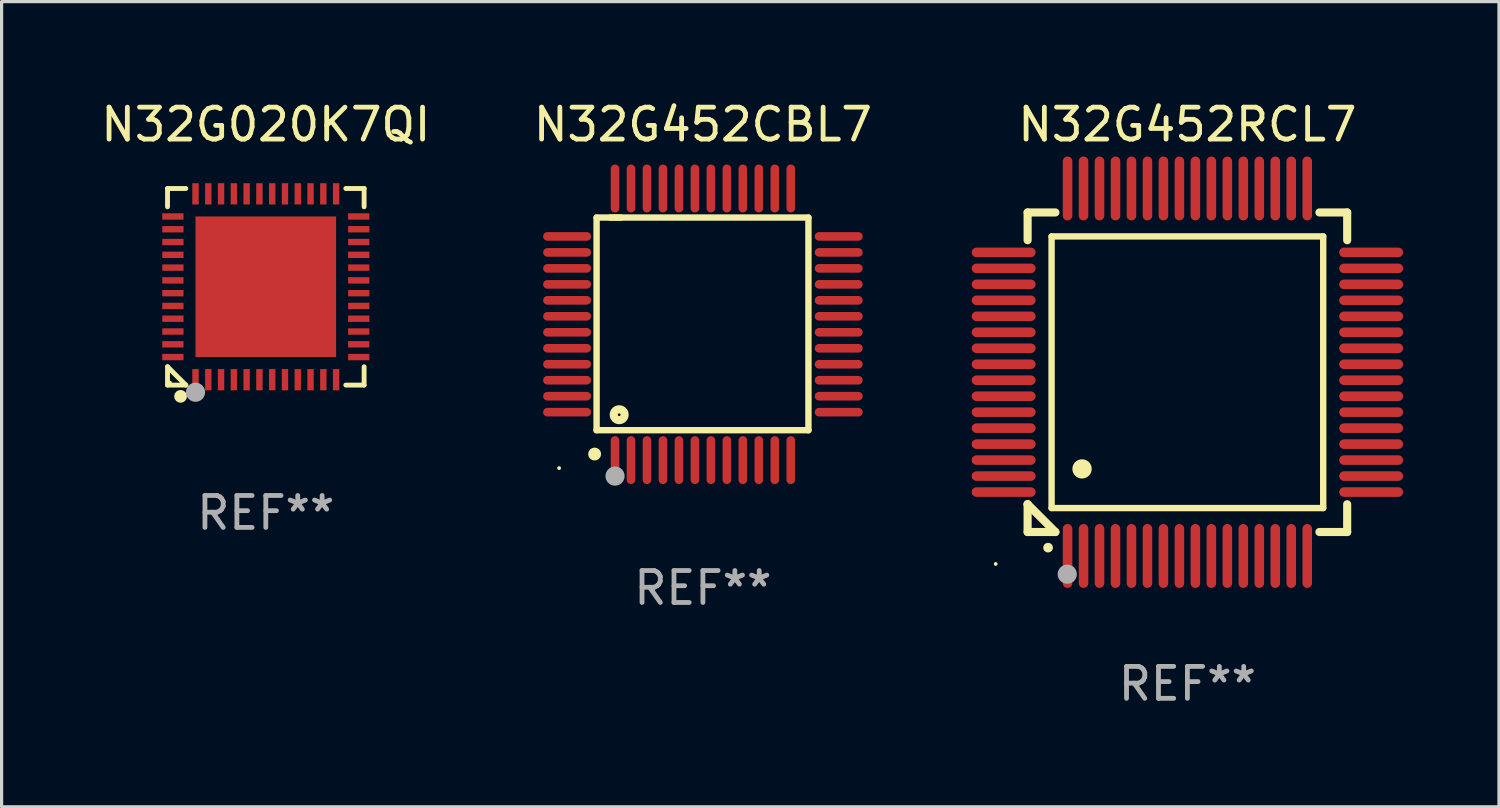
<source format=kicad_pcb>
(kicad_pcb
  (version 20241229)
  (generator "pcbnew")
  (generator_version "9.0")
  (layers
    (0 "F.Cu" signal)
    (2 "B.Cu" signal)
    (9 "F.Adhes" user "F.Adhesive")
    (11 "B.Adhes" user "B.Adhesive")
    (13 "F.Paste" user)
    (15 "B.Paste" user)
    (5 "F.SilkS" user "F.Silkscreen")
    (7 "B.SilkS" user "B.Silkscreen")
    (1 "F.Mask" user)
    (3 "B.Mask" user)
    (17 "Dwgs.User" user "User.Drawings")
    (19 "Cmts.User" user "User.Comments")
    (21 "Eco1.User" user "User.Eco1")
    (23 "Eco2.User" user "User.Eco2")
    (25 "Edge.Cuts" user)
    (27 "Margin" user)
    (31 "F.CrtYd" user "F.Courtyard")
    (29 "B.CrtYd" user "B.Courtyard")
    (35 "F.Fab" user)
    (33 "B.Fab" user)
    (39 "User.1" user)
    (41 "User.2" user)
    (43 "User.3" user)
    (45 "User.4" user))
  (footprint "N32G020K7QI"
    (layer "F.Cu")
    (at 5.268 5.924)
    (property "Reference" "N32G020K7QI" (at 0 -5.076 0) (layer "F.SilkS") (effects (font (size 1 1) (thickness 0.15))))
    (attr through_hole)
    (fp_line (start -3.076 -3.076) (end -2.503 -3.076) (stroke (width 0.152) (type solid)) (layer "F.SilkS"))
    (fp_line (start -3.076 -2.503) (end -3.076 -3.076) (stroke (width 0.152) (type solid)) (layer "F.SilkS"))
    (fp_line (start -3.076 2.503) (end -3.076 3.076) (stroke (width 0.152) (type solid)) (layer "F.SilkS"))
    (fp_line (start -3.076 2.503) (end -2.503 3.076) (stroke (width 0.152) (type solid)) (layer "F.SilkS"))
    (fp_line (start -3.076 3.076) (end -2.503 3.076) (stroke (width 0.152) (type solid)) (layer "F.SilkS"))
    (fp_line (start 3.076 -3.076) (end 2.503 -3.076) (stroke (width 0.152) (type solid)) (layer "F.SilkS"))
    (fp_line (start 3.076 -2.503) (end 3.076 -3.076) (stroke (width 0.152) (type solid)) (layer "F.SilkS"))
    (fp_line (start 3.076 2.503) (end 3.076 3.076) (stroke (width 0.152) (type solid)) (layer "F.SilkS"))
    (fp_line (start 3.076 3.076) (end 2.503 3.076) (stroke (width 0.152) (type solid)) (layer "F.SilkS"))
    (fp_circle (center -3 3) (end -2.97 3) (stroke (width 0.06) (type solid)) (fill no) (layer "F.SilkS"))
    (fp_circle (center -2.667 3.429) (end -2.567 3.429) (stroke (width 0.2) (type solid)) (fill no) (layer "F.SilkS"))
    (fp_circle (center -2.2 3.3) (end -2.05 3.3) (stroke (width 0.3) (type solid)) (fill no) (layer "F.Fab"))
    (fp_text user "REF**" (at 0 7.076 0) (layer "F.Fab") (effects (font (size 1 1) (thickness 0.15))))
    (pad "1" smd rect (at -2.2 2.908) (size 0.2 0.665) (layers "F.Cu" "F.Mask" "F.Paste"))
    (pad "2" smd rect (at -1.8 2.908) (size 0.2 0.665) (layers "F.Cu" "F.Mask" "F.Paste"))
    (pad "3" smd rect (at -1.4 2.908) (size 0.2 0.665) (layers "F.Cu" "F.Mask" "F.Paste"))
    (pad "4" smd rect (at -1 2.908) (size 0.2 0.665) (layers "F.Cu" "F.Mask" "F.Paste"))
    (pad "5" smd rect (at -0.6 2.908) (size 0.2 0.665) (layers "F.Cu" "F.Mask" "F.Paste"))
    (pad "6" smd rect (at -0.2 2.908) (size 0.2 0.665) (layers "F.Cu" "F.Mask" "F.Paste"))
    (pad "7" smd rect (at 0.2 2.908) (size 0.2 0.665) (layers "F.Cu" "F.Mask" "F.Paste"))
    (pad "8" smd rect (at 0.6 2.908) (size 0.2 0.665) (layers "F.Cu" "F.Mask" "F.Paste"))
    (pad "9" smd rect (at 1 2.908) (size 0.2 0.665) (layers "F.Cu" "F.Mask" "F.Paste"))
    (pad "10" smd rect (at 1.4 2.908) (size 0.2 0.665) (layers "F.Cu" "F.Mask" "F.Paste"))
    (pad "11" smd rect (at 1.8 2.908) (size 0.2 0.665) (layers "F.Cu" "F.Mask" "F.Paste"))
    (pad "12" smd rect (at 2.2 2.908) (size 0.2 0.665) (layers "F.Cu" "F.Mask" "F.Paste"))
    (pad "13" smd rect (at 2.908 2.2) (size 0.665 0.2) (layers "F.Cu" "F.Mask" "F.Paste"))
    (pad "14" smd rect (at 2.908 1.8) (size 0.665 0.2) (layers "F.Cu" "F.Mask" "F.Paste"))
    (pad "15" smd rect (at 2.908 1.4) (size 0.665 0.2) (layers "F.Cu" "F.Mask" "F.Paste"))
    (pad "16" smd rect (at 2.908 1) (size 0.665 0.2) (layers "F.Cu" "F.Mask" "F.Paste"))
    (pad "17" smd rect (at 2.908 0.6) (size 0.665 0.2) (layers "F.Cu" "F.Mask" "F.Paste"))
    (pad "18" smd rect (at 2.908 0.2) (size 0.665 0.2) (layers "F.Cu" "F.Mask" "F.Paste"))
    (pad "19" smd rect (at 2.908 -0.2) (size 0.665 0.2) (layers "F.Cu" "F.Mask" "F.Paste"))
    (pad "20" smd rect (at 2.908 -0.6) (size 0.665 0.2) (layers "F.Cu" "F.Mask" "F.Paste"))
    (pad "21" smd rect (at 2.908 -1) (size 0.665 0.2) (layers "F.Cu" "F.Mask" "F.Paste"))
    (pad "22" smd rect (at 2.908 -1.4) (size 0.665 0.2) (layers "F.Cu" "F.Mask" "F.Paste"))
    (pad "23" smd rect (at 2.908 -1.8) (size 0.665 0.2) (layers "F.Cu" "F.Mask" "F.Paste"))
    (pad "24" smd rect (at 2.908 -2.2) (size 0.665 0.2) (layers "F.Cu" "F.Mask" "F.Paste"))
    (pad "25" smd rect (at 2.2 -2.908) (size 0.2 0.665) (layers "F.Cu" "F.Mask" "F.Paste"))
    (pad "26" smd rect (at 1.8 -2.908) (size 0.2 0.665) (layers "F.Cu" "F.Mask" "F.Paste"))
    (pad "27" smd rect (at 1.4 -2.908) (size 0.2 0.665) (layers "F.Cu" "F.Mask" "F.Paste"))
    (pad "28" smd rect (at 1 -2.908) (size 0.2 0.665) (layers "F.Cu" "F.Mask" "F.Paste"))
    (pad "29" smd rect (at 0.6 -2.908) (size 0.2 0.665) (layers "F.Cu" "F.Mask" "F.Paste"))
    (pad "30" smd rect (at 0.2 -2.908) (size 0.2 0.665) (layers "F.Cu" "F.Mask" "F.Paste"))
    (pad "31" smd rect (at -0.2 -2.908) (size 0.2 0.665) (layers "F.Cu" "F.Mask" "F.Paste"))
    (pad "32" smd rect (at -0.6 -2.908) (size 0.2 0.665) (layers "F.Cu" "F.Mask" "F.Paste"))
    (pad "33" smd rect (at -1 -2.908) (size 0.2 0.665) (layers "F.Cu" "F.Mask" "F.Paste"))
    (pad "34" smd rect (at -1.4 -2.908) (size 0.2 0.665) (layers "F.Cu" "F.Mask" "F.Paste"))
    (pad "35" smd rect (at -1.8 -2.908) (size 0.2 0.665) (layers "F.Cu" "F.Mask" "F.Paste"))
    (pad "36" smd rect (at -2.2 -2.908) (size 0.2 0.665) (layers "F.Cu" "F.Mask" "F.Paste"))
    (pad "37" smd rect (at -2.908 -2.2) (size 0.665 0.2) (layers "F.Cu" "F.Mask" "F.Paste"))
    (pad "38" smd rect (at -2.908 -1.8) (size 0.665 0.2) (layers "F.Cu" "F.Mask" "F.Paste"))
    (pad "39" smd rect (at -2.908 -1.4) (size 0.665 0.2) (layers "F.Cu" "F.Mask" "F.Paste"))
    (pad "40" smd rect (at -2.908 -1) (size 0.665 0.2) (layers "F.Cu" "F.Mask" "F.Paste"))
    (pad "41" smd rect (at -2.908 -0.6) (size 0.665 0.2) (layers "F.Cu" "F.Mask" "F.Paste"))
    (pad "42" smd rect (at -2.908 -0.2) (size 0.665 0.2) (layers "F.Cu" "F.Mask" "F.Paste"))
    (pad "43" smd rect (at -2.908 0.2) (size 0.665 0.2) (layers "F.Cu" "F.Mask" "F.Paste"))
    (pad "44" smd rect (at -2.908 0.6) (size 0.665 0.2) (layers "F.Cu" "F.Mask" "F.Paste"))
    (pad "45" smd rect (at -2.908 1) (size 0.665 0.2) (layers "F.Cu" "F.Mask" "F.Paste"))
    (pad "46" smd rect (at -2.908 1.4) (size 0.665 0.2) (layers "F.Cu" "F.Mask" "F.Paste"))
    (pad "47" smd rect (at -2.908 1.8) (size 0.665 0.2) (layers "F.Cu" "F.Mask" "F.Paste"))
    (pad "48" smd rect (at -2.908 2.2) (size 0.665 0.2) (layers "F.Cu" "F.Mask" "F.Paste"))
    (pad "49" smd rect (at 0 0) (size 4.4 4.4) (layers "F.Cu" "F.Mask" "F.Paste")))
  (footprint "N32G452CBL7"
    (layer "F.Cu")
    (at 18.946 7.098)
    (property "Reference" "N32G452CBL7" (at 0 -6.25 0) (layer "F.SilkS") (effects (font (size 1 1) (thickness 0.15))))
    (attr through_hole)
    (fp_line (start -3.327 -3.34) (end -2.565 -3.34) (stroke (width 0.2) (type solid)) (layer "F.SilkS"))
    (fp_line (start -3.327 3.315) (end -3.327 -3.34) (stroke (width 0.2) (type solid)) (layer "F.SilkS"))
    (fp_line (start -2.896 -3.34) (end 3.302 -3.34) (stroke (width 0.2) (type solid)) (layer "F.SilkS"))
    (fp_line (start 3.302 -3.34) (end 3.302 3.315) (stroke (width 0.2) (type solid)) (layer "F.SilkS"))
    (fp_line (start 3.302 3.315) (end -3.327 3.315) (stroke (width 0.2) (type solid)) (layer "F.SilkS"))
    (fp_arc (start -3.389992 4.059995) (mid -3.388722 4.059991) (end -3.387452 4.059995) (stroke (width 0.4) (type solid)) (layer "F.SilkS"))
    (fp_circle (center -4.5 4.5) (end -4.47 4.5) (stroke (width 0.06) (type solid)) (fill no) (layer "F.SilkS"))
    (fp_circle (center -2.62 2.83) (end -2.45 2.83) (stroke (width 0.254) (type solid)) (fill no) (layer "F.SilkS"))
    (fp_circle (center -2.75 4.75) (end -2.6 4.75) (stroke (width 0.3) (type solid)) (fill no) (layer "F.Fab"))
    (fp_text user "REF**" (at 0 8.25 0) (layer "F.Fab") (effects (font (size 1 1) (thickness 0.15))))
    (pad "1" smd oval (at -2.75 4.25) (size 0.27 1.5) (layers "F.Cu" "F.Mask" "F.Paste"))
    (pad "2" smd oval (at -2.25 4.25) (size 0.27 1.5) (layers "F.Cu" "F.Mask" "F.Paste"))
    (pad "3" smd oval (at -1.75 4.25) (size 0.27 1.5) (layers "F.Cu" "F.Mask" "F.Paste"))
    (pad "4" smd oval (at -1.25 4.25) (size 0.27 1.5) (layers "F.Cu" "F.Mask" "F.Paste"))
    (pad "5" smd oval (at -0.75 4.25) (size 0.27 1.5) (layers "F.Cu" "F.Mask" "F.Paste"))
    (pad "6" smd oval (at -0.25 4.25) (size 0.27 1.5) (layers "F.Cu" "F.Mask" "F.Paste"))
    (pad "7" smd oval (at 0.25 4.25) (size 0.27 1.5) (layers "F.Cu" "F.Mask" "F.Paste"))
    (pad "8" smd oval (at 0.75 4.25) (size 0.27 1.5) (layers "F.Cu" "F.Mask" "F.Paste"))
    (pad "9" smd oval (at 1.25 4.25) (size 0.27 1.5) (layers "F.Cu" "F.Mask" "F.Paste"))
    (pad "10" smd oval (at 1.75 4.25) (size 0.27 1.5) (layers "F.Cu" "F.Mask" "F.Paste"))
    (pad "11" smd oval (at 2.25 4.25) (size 0.27 1.5) (layers "F.Cu" "F.Mask" "F.Paste"))
    (pad "12" smd oval (at 2.75 4.25) (size 0.27 1.5) (layers "F.Cu" "F.Mask" "F.Paste"))
    (pad "13" smd oval (at 4.25 2.75) (size 1.5 0.27) (layers "F.Cu" "F.Mask" "F.Paste"))
    (pad "14" smd oval (at 4.25 2.25) (size 1.5 0.27) (layers "F.Cu" "F.Mask" "F.Paste"))
    (pad "15" smd oval (at 4.25 1.75) (size 1.5 0.27) (layers "F.Cu" "F.Mask" "F.Paste"))
    (pad "16" smd oval (at 4.25 1.25) (size 1.5 0.27) (layers "F.Cu" "F.Mask" "F.Paste"))
    (pad "17" smd oval (at 4.25 0.75) (size 1.5 0.27) (layers "F.Cu" "F.Mask" "F.Paste"))
    (pad "18" smd oval (at 4.25 0.25) (size 1.5 0.27) (layers "F.Cu" "F.Mask" "F.Paste"))
    (pad "19" smd oval (at 4.25 -0.25) (size 1.5 0.27) (layers "F.Cu" "F.Mask" "F.Paste"))
    (pad "20" smd oval (at 4.25 -0.75) (size 1.5 0.27) (layers "F.Cu" "F.Mask" "F.Paste"))
    (pad "21" smd oval (at 4.25 -1.25) (size 1.5 0.27) (layers "F.Cu" "F.Mask" "F.Paste"))
    (pad "22" smd oval (at 4.25 -1.75) (size 1.5 0.27) (layers "F.Cu" "F.Mask" "F.Paste"))
    (pad "23" smd oval (at 4.25 -2.25) (size 1.5 0.27) (layers "F.Cu" "F.Mask" "F.Paste"))
    (pad "24" smd oval (at 4.25 -2.75) (size 1.5 0.27) (layers "F.Cu" "F.Mask" "F.Paste"))
    (pad "25" smd oval (at 2.75 -4.25) (size 0.27 1.5) (layers "F.Cu" "F.Mask" "F.Paste"))
    (pad "26" smd oval (at 2.25 -4.25) (size 0.27 1.5) (layers "F.Cu" "F.Mask" "F.Paste"))
    (pad "27" smd oval (at 1.75 -4.25) (size 0.27 1.5) (layers "F.Cu" "F.Mask" "F.Paste"))
    (pad "28" smd oval (at 1.25 -4.25) (size 0.27 1.5) (layers "F.Cu" "F.Mask" "F.Paste"))
    (pad "29" smd oval (at 0.75 -4.25) (size 0.27 1.5) (layers "F.Cu" "F.Mask" "F.Paste"))
    (pad "30" smd oval (at 0.25 -4.25) (size 0.27 1.5) (layers "F.Cu" "F.Mask" "F.Paste"))
    (pad "31" smd oval (at -0.25 -4.25) (size 0.27 1.5) (layers "F.Cu" "F.Mask" "F.Paste"))
    (pad "32" smd oval (at -0.75 -4.25) (size 0.27 1.5) (layers "F.Cu" "F.Mask" "F.Paste"))
    (pad "33" smd oval (at -1.25 -4.25) (size 0.27 1.5) (layers "F.Cu" "F.Mask" "F.Paste"))
    (pad "34" smd oval (at -1.75 -4.25) (size 0.27 1.5) (layers "F.Cu" "F.Mask" "F.Paste"))
    (pad "35" smd oval (at -2.25 -4.25) (size 0.27 1.5) (layers "F.Cu" "F.Mask" "F.Paste"))
    (pad "36" smd oval (at -2.75 -4.25) (size 0.27 1.5) (layers "F.Cu" "F.Mask" "F.Paste"))
    (pad "37" smd oval (at -4.25 -2.75) (size 1.5 0.27) (layers "F.Cu" "F.Mask" "F.Paste"))
    (pad "38" smd oval (at -4.25 -2.25) (size 1.5 0.27) (layers "F.Cu" "F.Mask" "F.Paste"))
    (pad "39" smd oval (at -4.25 -1.75) (size 1.5 0.27) (layers "F.Cu" "F.Mask" "F.Paste"))
    (pad "40" smd oval (at -4.25 -1.25) (size 1.5 0.27) (layers "F.Cu" "F.Mask" "F.Paste"))
    (pad "41" smd oval (at -4.25 -0.75) (size 1.5 0.27) (layers "F.Cu" "F.Mask" "F.Paste"))
    (pad "42" smd oval (at -4.25 -0.25) (size 1.5 0.27) (layers "F.Cu" "F.Mask" "F.Paste"))
    (pad "43" smd oval (at -4.25 0.25) (size 1.5 0.27) (layers "F.Cu" "F.Mask" "F.Paste"))
    (pad "44" smd oval (at -4.25 0.75) (size 1.5 0.27) (layers "F.Cu" "F.Mask" "F.Paste"))
    (pad "45" smd oval (at -4.25 1.25) (size 1.5 0.27) (layers "F.Cu" "F.Mask" "F.Paste"))
    (pad "46" smd oval (at -4.25 1.75) (size 1.5 0.27) (layers "F.Cu" "F.Mask" "F.Paste"))
    (pad "47" smd oval (at -4.25 2.25) (size 1.5 0.27) (layers "F.Cu" "F.Mask" "F.Paste"))
    (pad "48" smd oval (at -4.25 2.75) (size 1.5 0.27) (layers "F.Cu" "F.Mask" "F.Paste")))
  (footprint "N32G452RCL7"
    (layer "F.Cu")
    (at 34.107 8.598)
    (property "Reference" "N32G452RCL7" (at 0 -7.75 0) (layer "F.SilkS") (effects (font (size 1 1) (thickness 0.15))))
    (attr through_hole)
    (fp_line (start -5 -5) (end -4.131 -5) (stroke (width 0.254) (type solid)) (layer "F.SilkS"))
    (fp_line (start -5 -4.131) (end -5 -5) (stroke (width 0.254) (type solid)) (layer "F.SilkS"))
    (fp_line (start -5 4.131) (end -5 4.131) (stroke (width 0.254) (type solid)) (layer "F.SilkS"))
    (fp_line (start -5 5) (end -5 4.131) (stroke (width 0.254) (type solid)) (layer "F.SilkS"))
    (fp_line (start -5 4.131) (end -4.131 5) (stroke (width 0.254) (type solid)) (layer "F.SilkS"))
    (fp_line (start -4.25 -4.25) (end -4.25 4.25) (stroke (width 0.2) (type solid)) (layer "F.SilkS"))
    (fp_line (start -4.25 4.25) (end 4.25 4.25) (stroke (width 0.2) (type solid)) (layer "F.SilkS"))
    (fp_line (start -4.131 5) (end -5 5) (stroke (width 0.254) (type solid)) (layer "F.SilkS"))
    (fp_line (start 4.25 -4.25) (end -4.25 -4.25) (stroke (width 0.2) (type solid)) (layer "F.SilkS"))
    (fp_line (start 4.25 4.25) (end 4.25 -4.25) (stroke (width 0.2) (type solid)) (layer "F.SilkS"))
    (fp_line (start 5 -5) (end 4.131 -5) (stroke (width 0.254) (type solid)) (layer "F.SilkS"))
    (fp_line (start 5 -5) (end 5 -4.131) (stroke (width 0.254) (type solid)) (layer "F.SilkS"))
    (fp_line (start 5 4.131) (end 5 5) (stroke (width 0.254) (type solid)) (layer "F.SilkS"))
    (fp_line (start 5 5) (end 4.131 5) (stroke (width 0.254) (type solid)) (layer "F.SilkS"))
    (fp_arc (start -4.361265 5.489992) (mid -4.359995 5.489987) (end -4.358725 5.489992) (stroke (width 0.3) (type solid)) (layer "F.SilkS"))
    (fp_arc (start -3.299467 3.025146) (mid -3.296927 3.025135) (end -3.294387 3.025146) (stroke (width 0.6) (type solid)) (layer "F.SilkS"))
    (fp_circle (center -6 6) (end -5.97 6) (stroke (width 0.06) (type solid)) (fill no) (layer "F.SilkS"))
    (fp_circle (center -3.76 6.32) (end -3.61 6.32) (stroke (width 0.3) (type solid)) (fill no) (layer "F.Fab"))
    (fp_text user "REF**" (at 0 9.75 0) (layer "F.Fab") (effects (font (size 1 1) (thickness 0.15))))
    (pad "1" smd oval (at -3.75 5.75) (size 0.3 2) (layers "F.Cu" "F.Mask" "F.Paste"))
    (pad "2" smd oval (at -3.25 5.75) (size 0.3 2) (layers "F.Cu" "F.Mask" "F.Paste"))
    (pad "3" smd oval (at -2.75 5.75) (size 0.3 2) (layers "F.Cu" "F.Mask" "F.Paste"))
    (pad "4" smd oval (at -2.25 5.75) (size 0.3 2) (layers "F.Cu" "F.Mask" "F.Paste"))
    (pad "5" smd oval (at -1.75 5.75) (size 0.3 2) (layers "F.Cu" "F.Mask" "F.Paste"))
    (pad "6" smd oval (at -1.25 5.75) (size 0.3 2) (layers "F.Cu" "F.Mask" "F.Paste"))
    (pad "7" smd oval (at -0.75 5.75) (size 0.3 2) (layers "F.Cu" "F.Mask" "F.Paste"))
    (pad "8" smd oval (at -0.25 5.75) (size 0.3 2) (layers "F.Cu" "F.Mask" "F.Paste"))
    (pad "9" smd oval (at 0.25 5.75) (size 0.3 2) (layers "F.Cu" "F.Mask" "F.Paste"))
    (pad "10" smd oval (at 0.75 5.75) (size 0.3 2) (layers "F.Cu" "F.Mask" "F.Paste"))
    (pad "11" smd oval (at 1.25 5.75) (size 0.3 2) (layers "F.Cu" "F.Mask" "F.Paste"))
    (pad "12" smd oval (at 1.75 5.75) (size 0.3 2) (layers "F.Cu" "F.Mask" "F.Paste"))
    (pad "13" smd oval (at 2.25 5.75) (size 0.3 2) (layers "F.Cu" "F.Mask" "F.Paste"))
    (pad "14" smd oval (at 2.75 5.75) (size 0.3 2) (layers "F.Cu" "F.Mask" "F.Paste"))
    (pad "15" smd oval (at 3.25 5.75) (size 0.3 2) (layers "F.Cu" "F.Mask" "F.Paste"))
    (pad "16" smd oval (at 3.75 5.75) (size 0.3 2) (layers "F.Cu" "F.Mask" "F.Paste"))
    (pad "17" smd oval (at 5.75 3.75) (size 2 0.3) (layers "F.Cu" "F.Mask" "F.Paste"))
    (pad "18" smd oval (at 5.75 3.25) (size 2 0.3) (layers "F.Cu" "F.Mask" "F.Paste"))
    (pad "19" smd oval (at 5.75 2.75) (size 2 0.3) (layers "F.Cu" "F.Mask" "F.Paste"))
    (pad "20" smd oval (at 5.75 2.25) (size 2 0.3) (layers "F.Cu" "F.Mask" "F.Paste"))
    (pad "21" smd oval (at 5.75 1.75) (size 2 0.3) (layers "F.Cu" "F.Mask" "F.Paste"))
    (pad "22" smd oval (at 5.75 1.25) (size 2 0.3) (layers "F.Cu" "F.Mask" "F.Paste"))
    (pad "23" smd oval (at 5.75 0.75) (size 2 0.3) (layers "F.Cu" "F.Mask" "F.Paste"))
    (pad "24" smd oval (at 5.75 0.25) (size 2 0.3) (layers "F.Cu" "F.Mask" "F.Paste"))
    (pad "25" smd oval (at 5.75 -0.25) (size 2 0.3) (layers "F.Cu" "F.Mask" "F.Paste"))
    (pad "26" smd oval (at 5.75 -0.75) (size 2 0.3) (layers "F.Cu" "F.Mask" "F.Paste"))
    (pad "27" smd oval (at 5.75 -1.25) (size 2 0.3) (layers "F.Cu" "F.Mask" "F.Paste"))
    (pad "28" smd oval (at 5.75 -1.75) (size 2 0.3) (layers "F.Cu" "F.Mask" "F.Paste"))
    (pad "29" smd oval (at 5.75 -2.25) (size 2 0.3) (layers "F.Cu" "F.Mask" "F.Paste"))
    (pad "30" smd oval (at 5.75 -2.75) (size 2 0.3) (layers "F.Cu" "F.Mask" "F.Paste"))
    (pad "31" smd oval (at 5.75 -3.25) (size 2 0.3) (layers "F.Cu" "F.Mask" "F.Paste"))
    (pad "32" smd oval (at 5.75 -3.75) (size 2 0.3) (layers "F.Cu" "F.Mask" "F.Paste"))
    (pad "33" smd oval (at 3.75 -5.75) (size 0.3 2) (layers "F.Cu" "F.Mask" "F.Paste"))
    (pad "34" smd oval (at 3.25 -5.75) (size 0.3 2) (layers "F.Cu" "F.Mask" "F.Paste"))
    (pad "35" smd oval (at 2.75 -5.75) (size 0.3 2) (layers "F.Cu" "F.Mask" "F.Paste"))
    (pad "36" smd oval (at 2.25 -5.75) (size 0.3 2) (layers "F.Cu" "F.Mask" "F.Paste"))
    (pad "37" smd oval (at 1.75 -5.75) (size 0.3 2) (layers "F.Cu" "F.Mask" "F.Paste"))
    (pad "38" smd oval (at 1.25 -5.75) (size 0.3 2) (layers "F.Cu" "F.Mask" "F.Paste"))
    (pad "39" smd oval (at 0.75 -5.75) (size 0.3 2) (layers "F.Cu" "F.Mask" "F.Paste"))
    (pad "40" smd oval (at 0.25 -5.75) (size 0.3 2) (layers "F.Cu" "F.Mask" "F.Paste"))
    (pad "41" smd oval (at -0.25 -5.75) (size 0.3 2) (layers "F.Cu" "F.Mask" "F.Paste"))
    (pad "42" smd oval (at -0.75 -5.75) (size 0.3 2) (layers "F.Cu" "F.Mask" "F.Paste"))
    (pad "43" smd oval (at -1.25 -5.75) (size 0.3 2) (layers "F.Cu" "F.Mask" "F.Paste"))
    (pad "44" smd oval (at -1.75 -5.75) (size 0.3 2) (layers "F.Cu" "F.Mask" "F.Paste"))
    (pad "45" smd oval (at -2.25 -5.75) (size 0.3 2) (layers "F.Cu" "F.Mask" "F.Paste"))
    (pad "46" smd oval (at -2.75 -5.75) (size 0.3 2) (layers "F.Cu" "F.Mask" "F.Paste"))
    (pad "47" smd oval (at -3.25 -5.75) (size 0.3 2) (layers "F.Cu" "F.Mask" "F.Paste"))
    (pad "48" smd oval (at -3.75 -5.75) (size 0.3 2) (layers "F.Cu" "F.Mask" "F.Paste"))
    (pad "49" smd oval (at -5.75 -3.75) (size 2 0.3) (layers "F.Cu" "F.Mask" "F.Paste"))
    (pad "50" smd oval (at -5.75 -3.25) (size 2 0.3) (layers "F.Cu" "F.Mask" "F.Paste"))
    (pad "51" smd oval (at -5.75 -2.75) (size 2 0.3) (layers "F.Cu" "F.Mask" "F.Paste"))
    (pad "52" smd oval (at -5.75 -2.25) (size 2 0.3) (layers "F.Cu" "F.Mask" "F.Paste"))
    (pad "53" smd oval (at -5.75 -1.75) (size 2 0.3) (layers "F.Cu" "F.Mask" "F.Paste"))
    (pad "54" smd oval (at -5.75 -1.25) (size 2 0.3) (layers "F.Cu" "F.Mask" "F.Paste"))
    (pad "55" smd oval (at -5.75 -0.75) (size 2 0.3) (layers "F.Cu" "F.Mask" "F.Paste"))
    (pad "56" smd oval (at -5.75 -0.25) (size 2 0.3) (layers "F.Cu" "F.Mask" "F.Paste"))
    (pad "57" smd oval (at -5.75 0.25) (size 2 0.3) (layers "F.Cu" "F.Mask" "F.Paste"))
    (pad "58" smd oval (at -5.75 0.75) (size 2 0.3) (layers "F.Cu" "F.Mask" "F.Paste"))
    (pad "59" smd oval (at -5.75 1.25) (size 2 0.3) (layers "F.Cu" "F.Mask" "F.Paste"))
    (pad "60" smd oval (at -5.75 1.75) (size 2 0.3) (layers "F.Cu" "F.Mask" "F.Paste"))
    (pad "61" smd oval (at -5.75 2.25) (size 2 0.3) (layers "F.Cu" "F.Mask" "F.Paste"))
    (pad "62" smd oval (at -5.75 2.75) (size 2 0.3) (layers "F.Cu" "F.Mask" "F.Paste"))
    (pad "63" smd oval (at -5.75 3.25) (size 2 0.3) (layers "F.Cu" "F.Mask" "F.Paste"))
    (pad "64" smd oval (at -5.75 3.75) (size 2 0.3) (layers "F.Cu" "F.Mask" "F.Paste")))
  (gr_rect
    (start -3 -3)
    (end 43.857 22.196)
    (stroke (width 0.1) (type default))
    (fill no)
    (layer "Edge.Cuts")))
</source>
